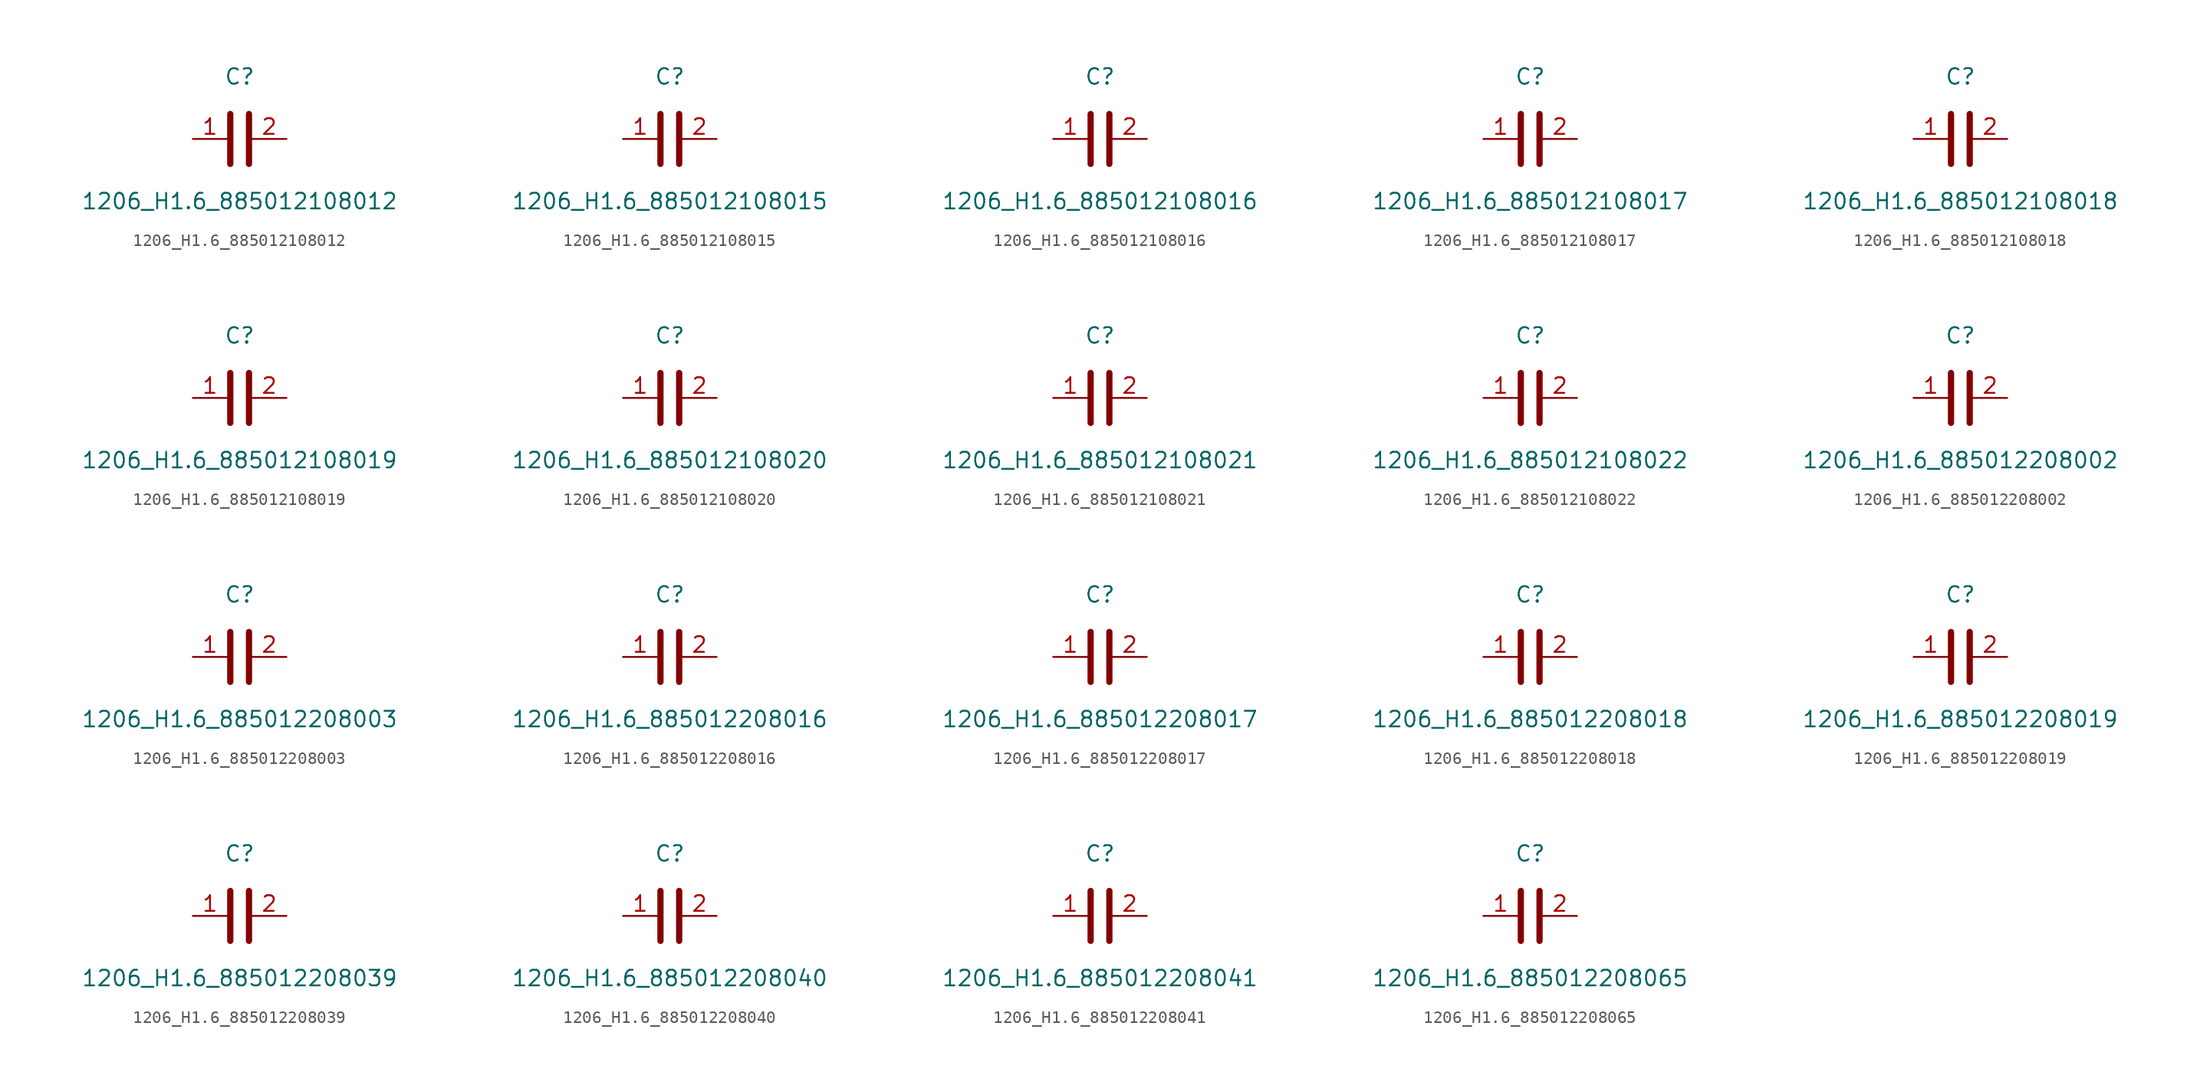
<source format=kicad_sym>
(kicad_symbol_lib
  (version 20220914)
  (generator kicad_symbol_editor)
  (symbol "1206_H1.6_885012108012"
    (pin_names hide)
    (property "Reference" "C"
      (at 0 5.08 0)
      (effects (font (size 1.27 1.27))))
    (property "Value" "1206_H1.6_885012108012"
      (at 0 -5.08 0)
      (effects (font (size 1.27 1.27))))
    (symbol "1206_H1.6_885012108012_0_1"
      (polyline (pts (xy -0.762 -2.032) (xy -0.762 2.032)) (stroke (width 0.508) (type default)) (fill (type none)))
      (polyline (pts (xy 0.762 -2.032) (xy 0.762 2.032)) (stroke (width 0.508) (type default)) (fill (type none))))
    (symbol "1206_H1.6_885012108012_1_1"
      (pin passive line (at -3.81 0 0) (length 2.794) (name "1" (effects (font (size 1.27 1.27)))) (number "1" (effects (font (size 1.27 1.27)))))
      (pin passive line (at 3.81 0 180) (length 2.794) (name "2" (effects (font (size 1.27 1.27)))) (number "2" (effects (font (size 1.27 1.27)))))))
  (symbol "1206_H1.6_885012108015"
    (pin_names hide)
    (property "Reference" "C"
      (at 0 5.08 0)
      (effects (font (size 1.27 1.27))))
    (property "Value" "1206_H1.6_885012108015"
      (at 0 -5.08 0)
      (effects (font (size 1.27 1.27))))
    (symbol "1206_H1.6_885012108015_0_1"
      (polyline (pts (xy -0.762 -2.032) (xy -0.762 2.032)) (stroke (width 0.508) (type default)) (fill (type none)))
      (polyline (pts (xy 0.762 -2.032) (xy 0.762 2.032)) (stroke (width 0.508) (type default)) (fill (type none))))
    (symbol "1206_H1.6_885012108015_1_1"
      (pin passive line (at -3.81 0 0) (length 2.794) (name "1" (effects (font (size 1.27 1.27)))) (number "1" (effects (font (size 1.27 1.27)))))
      (pin passive line (at 3.81 0 180) (length 2.794) (name "2" (effects (font (size 1.27 1.27)))) (number "2" (effects (font (size 1.27 1.27)))))))
  (symbol "1206_H1.6_885012108016"
    (pin_names hide)
    (property "Reference" "C"
      (at 0 5.08 0)
      (effects (font (size 1.27 1.27))))
    (property "Value" "1206_H1.6_885012108016"
      (at 0 -5.08 0)
      (effects (font (size 1.27 1.27))))
    (symbol "1206_H1.6_885012108016_0_1"
      (polyline (pts (xy -0.762 -2.032) (xy -0.762 2.032)) (stroke (width 0.508) (type default)) (fill (type none)))
      (polyline (pts (xy 0.762 -2.032) (xy 0.762 2.032)) (stroke (width 0.508) (type default)) (fill (type none))))
    (symbol "1206_H1.6_885012108016_1_1"
      (pin passive line (at -3.81 0 0) (length 2.794) (name "1" (effects (font (size 1.27 1.27)))) (number "1" (effects (font (size 1.27 1.27)))))
      (pin passive line (at 3.81 0 180) (length 2.794) (name "2" (effects (font (size 1.27 1.27)))) (number "2" (effects (font (size 1.27 1.27)))))))
  (symbol "1206_H1.6_885012108017"
    (pin_names hide)
    (property "Reference" "C"
      (at 0 5.08 0)
      (effects (font (size 1.27 1.27))))
    (property "Value" "1206_H1.6_885012108017"
      (at 0 -5.08 0)
      (effects (font (size 1.27 1.27))))
    (symbol "1206_H1.6_885012108017_0_1"
      (polyline (pts (xy -0.762 -2.032) (xy -0.762 2.032)) (stroke (width 0.508) (type default)) (fill (type none)))
      (polyline (pts (xy 0.762 -2.032) (xy 0.762 2.032)) (stroke (width 0.508) (type default)) (fill (type none))))
    (symbol "1206_H1.6_885012108017_1_1"
      (pin passive line (at -3.81 0 0) (length 2.794) (name "1" (effects (font (size 1.27 1.27)))) (number "1" (effects (font (size 1.27 1.27)))))
      (pin passive line (at 3.81 0 180) (length 2.794) (name "2" (effects (font (size 1.27 1.27)))) (number "2" (effects (font (size 1.27 1.27)))))))
  (symbol "1206_H1.6_885012108018"
    (pin_names hide)
    (property "Reference" "C"
      (at 0 5.08 0)
      (effects (font (size 1.27 1.27))))
    (property "Value" "1206_H1.6_885012108018"
      (at 0 -5.08 0)
      (effects (font (size 1.27 1.27))))
    (symbol "1206_H1.6_885012108018_0_1"
      (polyline (pts (xy -0.762 -2.032) (xy -0.762 2.032)) (stroke (width 0.508) (type default)) (fill (type none)))
      (polyline (pts (xy 0.762 -2.032) (xy 0.762 2.032)) (stroke (width 0.508) (type default)) (fill (type none))))
    (symbol "1206_H1.6_885012108018_1_1"
      (pin passive line (at -3.81 0 0) (length 2.794) (name "1" (effects (font (size 1.27 1.27)))) (number "1" (effects (font (size 1.27 1.27)))))
      (pin passive line (at 3.81 0 180) (length 2.794) (name "2" (effects (font (size 1.27 1.27)))) (number "2" (effects (font (size 1.27 1.27)))))))
  (symbol "1206_H1.6_885012108019"
    (pin_names hide)
    (property "Reference" "C"
      (at 0 5.08 0)
      (effects (font (size 1.27 1.27))))
    (property "Value" "1206_H1.6_885012108019"
      (at 0 -5.08 0)
      (effects (font (size 1.27 1.27))))
    (symbol "1206_H1.6_885012108019_0_1"
      (polyline (pts (xy -0.762 -2.032) (xy -0.762 2.032)) (stroke (width 0.508) (type default)) (fill (type none)))
      (polyline (pts (xy 0.762 -2.032) (xy 0.762 2.032)) (stroke (width 0.508) (type default)) (fill (type none))))
    (symbol "1206_H1.6_885012108019_1_1"
      (pin passive line (at -3.81 0 0) (length 2.794) (name "1" (effects (font (size 1.27 1.27)))) (number "1" (effects (font (size 1.27 1.27)))))
      (pin passive line (at 3.81 0 180) (length 2.794) (name "2" (effects (font (size 1.27 1.27)))) (number "2" (effects (font (size 1.27 1.27)))))))
  (symbol "1206_H1.6_885012108020"
    (pin_names hide)
    (property "Reference" "C"
      (at 0 5.08 0)
      (effects (font (size 1.27 1.27))))
    (property "Value" "1206_H1.6_885012108020"
      (at 0 -5.08 0)
      (effects (font (size 1.27 1.27))))
    (symbol "1206_H1.6_885012108020_0_1"
      (polyline (pts (xy -0.762 -2.032) (xy -0.762 2.032)) (stroke (width 0.508) (type default)) (fill (type none)))
      (polyline (pts (xy 0.762 -2.032) (xy 0.762 2.032)) (stroke (width 0.508) (type default)) (fill (type none))))
    (symbol "1206_H1.6_885012108020_1_1"
      (pin passive line (at -3.81 0 0) (length 2.794) (name "1" (effects (font (size 1.27 1.27)))) (number "1" (effects (font (size 1.27 1.27)))))
      (pin passive line (at 3.81 0 180) (length 2.794) (name "2" (effects (font (size 1.27 1.27)))) (number "2" (effects (font (size 1.27 1.27)))))))
  (symbol "1206_H1.6_885012108021"
    (pin_names hide)
    (property "Reference" "C"
      (at 0 5.08 0)
      (effects (font (size 1.27 1.27))))
    (property "Value" "1206_H1.6_885012108021"
      (at 0 -5.08 0)
      (effects (font (size 1.27 1.27))))
    (symbol "1206_H1.6_885012108021_0_1"
      (polyline (pts (xy -0.762 -2.032) (xy -0.762 2.032)) (stroke (width 0.508) (type default)) (fill (type none)))
      (polyline (pts (xy 0.762 -2.032) (xy 0.762 2.032)) (stroke (width 0.508) (type default)) (fill (type none))))
    (symbol "1206_H1.6_885012108021_1_1"
      (pin passive line (at -3.81 0 0) (length 2.794) (name "1" (effects (font (size 1.27 1.27)))) (number "1" (effects (font (size 1.27 1.27)))))
      (pin passive line (at 3.81 0 180) (length 2.794) (name "2" (effects (font (size 1.27 1.27)))) (number "2" (effects (font (size 1.27 1.27)))))))
  (symbol "1206_H1.6_885012108022"
    (pin_names hide)
    (property "Reference" "C"
      (at 0 5.08 0)
      (effects (font (size 1.27 1.27))))
    (property "Value" "1206_H1.6_885012108022"
      (at 0 -5.08 0)
      (effects (font (size 1.27 1.27))))
    (symbol "1206_H1.6_885012108022_0_1"
      (polyline (pts (xy -0.762 -2.032) (xy -0.762 2.032)) (stroke (width 0.508) (type default)) (fill (type none)))
      (polyline (pts (xy 0.762 -2.032) (xy 0.762 2.032)) (stroke (width 0.508) (type default)) (fill (type none))))
    (symbol "1206_H1.6_885012108022_1_1"
      (pin passive line (at -3.81 0 0) (length 2.794) (name "1" (effects (font (size 1.27 1.27)))) (number "1" (effects (font (size 1.27 1.27)))))
      (pin passive line (at 3.81 0 180) (length 2.794) (name "2" (effects (font (size 1.27 1.27)))) (number "2" (effects (font (size 1.27 1.27)))))))
  (symbol "1206_H1.6_885012208002"
    (pin_names hide)
    (property "Reference" "C"
      (at 0 5.08 0)
      (effects (font (size 1.27 1.27))))
    (property "Value" "1206_H1.6_885012208002"
      (at 0 -5.08 0)
      (effects (font (size 1.27 1.27))))
    (symbol "1206_H1.6_885012208002_0_1"
      (polyline (pts (xy -0.762 -2.032) (xy -0.762 2.032)) (stroke (width 0.508) (type default)) (fill (type none)))
      (polyline (pts (xy 0.762 -2.032) (xy 0.762 2.032)) (stroke (width 0.508) (type default)) (fill (type none))))
    (symbol "1206_H1.6_885012208002_1_1"
      (pin passive line (at -3.81 0 0) (length 2.794) (name "1" (effects (font (size 1.27 1.27)))) (number "1" (effects (font (size 1.27 1.27)))))
      (pin passive line (at 3.81 0 180) (length 2.794) (name "2" (effects (font (size 1.27 1.27)))) (number "2" (effects (font (size 1.27 1.27)))))))
  (symbol "1206_H1.6_885012208003"
    (pin_names hide)
    (property "Reference" "C"
      (at 0 5.08 0)
      (effects (font (size 1.27 1.27))))
    (property "Value" "1206_H1.6_885012208003"
      (at 0 -5.08 0)
      (effects (font (size 1.27 1.27))))
    (symbol "1206_H1.6_885012208003_0_1"
      (polyline (pts (xy -0.762 -2.032) (xy -0.762 2.032)) (stroke (width 0.508) (type default)) (fill (type none)))
      (polyline (pts (xy 0.762 -2.032) (xy 0.762 2.032)) (stroke (width 0.508) (type default)) (fill (type none))))
    (symbol "1206_H1.6_885012208003_1_1"
      (pin passive line (at -3.81 0 0) (length 2.794) (name "1" (effects (font (size 1.27 1.27)))) (number "1" (effects (font (size 1.27 1.27)))))
      (pin passive line (at 3.81 0 180) (length 2.794) (name "2" (effects (font (size 1.27 1.27)))) (number "2" (effects (font (size 1.27 1.27)))))))
  (symbol "1206_H1.6_885012208016"
    (pin_names hide)
    (property "Reference" "C"
      (at 0 5.08 0)
      (effects (font (size 1.27 1.27))))
    (property "Value" "1206_H1.6_885012208016"
      (at 0 -5.08 0)
      (effects (font (size 1.27 1.27))))
    (symbol "1206_H1.6_885012208016_0_1"
      (polyline (pts (xy -0.762 -2.032) (xy -0.762 2.032)) (stroke (width 0.508) (type default)) (fill (type none)))
      (polyline (pts (xy 0.762 -2.032) (xy 0.762 2.032)) (stroke (width 0.508) (type default)) (fill (type none))))
    (symbol "1206_H1.6_885012208016_1_1"
      (pin passive line (at -3.81 0 0) (length 2.794) (name "1" (effects (font (size 1.27 1.27)))) (number "1" (effects (font (size 1.27 1.27)))))
      (pin passive line (at 3.81 0 180) (length 2.794) (name "2" (effects (font (size 1.27 1.27)))) (number "2" (effects (font (size 1.27 1.27)))))))
  (symbol "1206_H1.6_885012208017"
    (pin_names hide)
    (property "Reference" "C"
      (at 0 5.08 0)
      (effects (font (size 1.27 1.27))))
    (property "Value" "1206_H1.6_885012208017"
      (at 0 -5.08 0)
      (effects (font (size 1.27 1.27))))
    (symbol "1206_H1.6_885012208017_0_1"
      (polyline (pts (xy -0.762 -2.032) (xy -0.762 2.032)) (stroke (width 0.508) (type default)) (fill (type none)))
      (polyline (pts (xy 0.762 -2.032) (xy 0.762 2.032)) (stroke (width 0.508) (type default)) (fill (type none))))
    (symbol "1206_H1.6_885012208017_1_1"
      (pin passive line (at -3.81 0 0) (length 2.794) (name "1" (effects (font (size 1.27 1.27)))) (number "1" (effects (font (size 1.27 1.27)))))
      (pin passive line (at 3.81 0 180) (length 2.794) (name "2" (effects (font (size 1.27 1.27)))) (number "2" (effects (font (size 1.27 1.27)))))))
  (symbol "1206_H1.6_885012208018"
    (pin_names hide)
    (property "Reference" "C"
      (at 0 5.08 0)
      (effects (font (size 1.27 1.27))))
    (property "Value" "1206_H1.6_885012208018"
      (at 0 -5.08 0)
      (effects (font (size 1.27 1.27))))
    (symbol "1206_H1.6_885012208018_0_1"
      (polyline (pts (xy -0.762 -2.032) (xy -0.762 2.032)) (stroke (width 0.508) (type default)) (fill (type none)))
      (polyline (pts (xy 0.762 -2.032) (xy 0.762 2.032)) (stroke (width 0.508) (type default)) (fill (type none))))
    (symbol "1206_H1.6_885012208018_1_1"
      (pin passive line (at -3.81 0 0) (length 2.794) (name "1" (effects (font (size 1.27 1.27)))) (number "1" (effects (font (size 1.27 1.27)))))
      (pin passive line (at 3.81 0 180) (length 2.794) (name "2" (effects (font (size 1.27 1.27)))) (number "2" (effects (font (size 1.27 1.27)))))))
  (symbol "1206_H1.6_885012208019"
    (pin_names hide)
    (property "Reference" "C"
      (at 0 5.08 0)
      (effects (font (size 1.27 1.27))))
    (property "Value" "1206_H1.6_885012208019"
      (at 0 -5.08 0)
      (effects (font (size 1.27 1.27))))
    (symbol "1206_H1.6_885012208019_0_1"
      (polyline (pts (xy -0.762 -2.032) (xy -0.762 2.032)) (stroke (width 0.508) (type default)) (fill (type none)))
      (polyline (pts (xy 0.762 -2.032) (xy 0.762 2.032)) (stroke (width 0.508) (type default)) (fill (type none))))
    (symbol "1206_H1.6_885012208019_1_1"
      (pin passive line (at -3.81 0 0) (length 2.794) (name "1" (effects (font (size 1.27 1.27)))) (number "1" (effects (font (size 1.27 1.27)))))
      (pin passive line (at 3.81 0 180) (length 2.794) (name "2" (effects (font (size 1.27 1.27)))) (number "2" (effects (font (size 1.27 1.27)))))))
  (symbol "1206_H1.6_885012208039"
    (pin_names hide)
    (property "Reference" "C"
      (at 0 5.08 0)
      (effects (font (size 1.27 1.27))))
    (property "Value" "1206_H1.6_885012208039"
      (at 0 -5.08 0)
      (effects (font (size 1.27 1.27))))
    (symbol "1206_H1.6_885012208039_0_1"
      (polyline (pts (xy -0.762 -2.032) (xy -0.762 2.032)) (stroke (width 0.508) (type default)) (fill (type none)))
      (polyline (pts (xy 0.762 -2.032) (xy 0.762 2.032)) (stroke (width 0.508) (type default)) (fill (type none))))
    (symbol "1206_H1.6_885012208039_1_1"
      (pin passive line (at -3.81 0 0) (length 2.794) (name "1" (effects (font (size 1.27 1.27)))) (number "1" (effects (font (size 1.27 1.27)))))
      (pin passive line (at 3.81 0 180) (length 2.794) (name "2" (effects (font (size 1.27 1.27)))) (number "2" (effects (font (size 1.27 1.27)))))))
  (symbol "1206_H1.6_885012208040"
    (pin_names hide)
    (property "Reference" "C"
      (at 0 5.08 0)
      (effects (font (size 1.27 1.27))))
    (property "Value" "1206_H1.6_885012208040"
      (at 0 -5.08 0)
      (effects (font (size 1.27 1.27))))
    (symbol "1206_H1.6_885012208040_0_1"
      (polyline (pts (xy -0.762 -2.032) (xy -0.762 2.032)) (stroke (width 0.508) (type default)) (fill (type none)))
      (polyline (pts (xy 0.762 -2.032) (xy 0.762 2.032)) (stroke (width 0.508) (type default)) (fill (type none))))
    (symbol "1206_H1.6_885012208040_1_1"
      (pin passive line (at -3.81 0 0) (length 2.794) (name "1" (effects (font (size 1.27 1.27)))) (number "1" (effects (font (size 1.27 1.27)))))
      (pin passive line (at 3.81 0 180) (length 2.794) (name "2" (effects (font (size 1.27 1.27)))) (number "2" (effects (font (size 1.27 1.27)))))))
  (symbol "1206_H1.6_885012208041"
    (pin_names hide)
    (property "Reference" "C"
      (at 0 5.08 0)
      (effects (font (size 1.27 1.27))))
    (property "Value" "1206_H1.6_885012208041"
      (at 0 -5.08 0)
      (effects (font (size 1.27 1.27))))
    (symbol "1206_H1.6_885012208041_0_1"
      (polyline (pts (xy -0.762 -2.032) (xy -0.762 2.032)) (stroke (width 0.508) (type default)) (fill (type none)))
      (polyline (pts (xy 0.762 -2.032) (xy 0.762 2.032)) (stroke (width 0.508) (type default)) (fill (type none))))
    (symbol "1206_H1.6_885012208041_1_1"
      (pin passive line (at -3.81 0 0) (length 2.794) (name "1" (effects (font (size 1.27 1.27)))) (number "1" (effects (font (size 1.27 1.27)))))
      (pin passive line (at 3.81 0 180) (length 2.794) (name "2" (effects (font (size 1.27 1.27)))) (number "2" (effects (font (size 1.27 1.27)))))))
  (symbol "1206_H1.6_885012208065"
    (pin_names hide)
    (property "Reference" "C"
      (at 0 5.08 0)
      (effects (font (size 1.27 1.27))))
    (property "Value" "1206_H1.6_885012208065"
      (at 0 -5.08 0)
      (effects (font (size 1.27 1.27))))
    (symbol "1206_H1.6_885012208065_0_1"
      (polyline (pts (xy -0.762 -2.032) (xy -0.762 2.032)) (stroke (width 0.508) (type default)) (fill (type none)))
      (polyline (pts (xy 0.762 -2.032) (xy 0.762 2.032)) (stroke (width 0.508) (type default)) (fill (type none))))
    (symbol "1206_H1.6_885012208065_1_1"
      (pin passive line (at -3.81 0 0) (length 2.794) (name "1" (effects (font (size 1.27 1.27)))) (number "1" (effects (font (size 1.27 1.27)))))
      (pin passive line (at 3.81 0 180) (length 2.794) (name "2" (effects (font (size 1.27 1.27)))) (number "2" (effects (font (size 1.27 1.27))))))))
</source>
